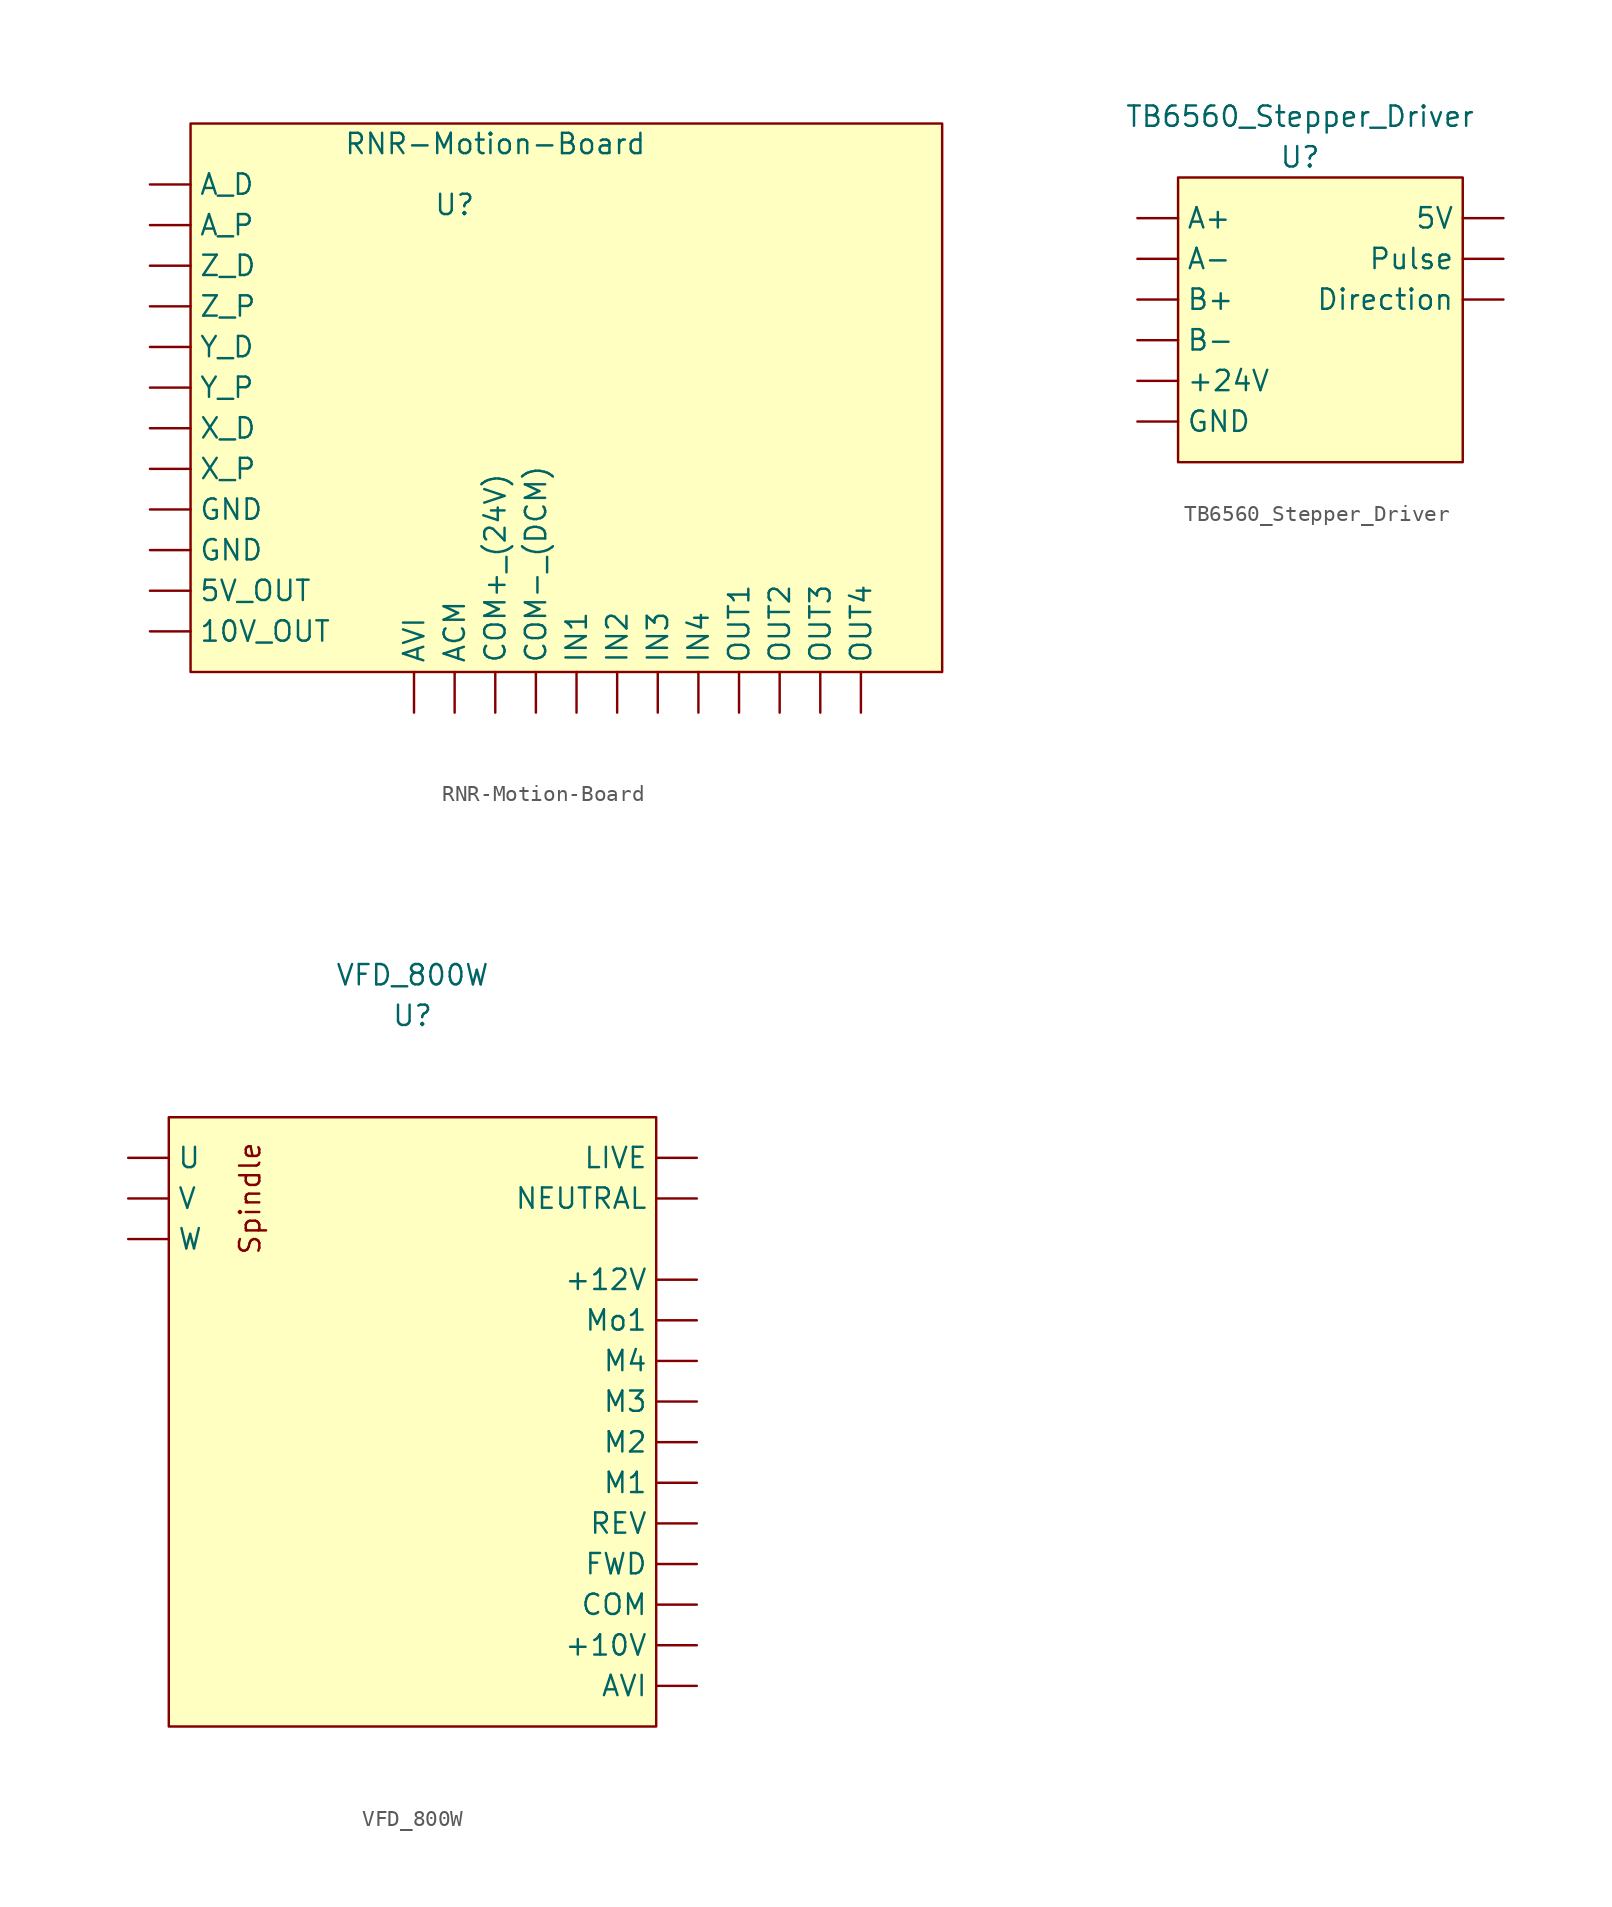
<source format=kicad_sym>
(kicad_symbol_lib
  (version 20211014)
  (generator kicad_symbol_editor)
  (symbol "RNR-Motion-Board"
    (property "Reference" "U"
      (at 6.35 -2.54 0)
      (effects (font (size 1.27 1.27))))
    (property "Value" "RNR-Motion-Board"
      (at 8.89 1.27 0)
      (effects (font (size 1.27 1.27))))
    (symbol "RNR-Motion-Board_0_1"
      (rectangle (start -10.16 2.54) (end 36.83 -31.75) (stroke (width 0) (type default) (color 0 0 0 0)) (fill (type background))))
    (symbol "RNR-Motion-Board_1_1"
      (pin power_out line (at -12.7 -29.21 0) (length 2.54) (name "10V_OUT" (effects (font (size 1.27 1.27)))) (number "" (effects (font (size 1.27 1.27)))))
      (pin power_out line (at -12.7 -26.67 0) (length 2.54) (name "5V_OUT" (effects (font (size 1.27 1.27)))) (number "" (effects (font (size 1.27 1.27)))))
      (pin input line (at -12.7 -1.27 0) (length 2.54) (name "A_D" (effects (font (size 1.27 1.27)))) (number "" (effects (font (size 1.27 1.27)))))
      (pin input line (at -12.7 -3.81 0) (length 2.54) (name "A_P" (effects (font (size 1.27 1.27)))) (number "" (effects (font (size 1.27 1.27)))))
      (pin input line (at 6.35 -34.29 90) (length 2.54) (name "ACM" (effects (font (size 1.27 1.27)))) (number "" (effects (font (size 1.27 1.27)))))
      (pin input line (at 3.81 -34.29 90) (length 2.54) (name "AVI" (effects (font (size 1.27 1.27)))) (number "" (effects (font (size 1.27 1.27)))))
      (pin power_in line (at 8.89 -34.29 90) (length 2.54) (name "COM+_(24V)" (effects (font (size 1.27 1.27)))) (number "" (effects (font (size 1.27 1.27)))))
      (pin input line (at 11.43 -34.29 90) (length 2.54) (name "COM-_(DCM)" (effects (font (size 1.27 1.27)))) (number "" (effects (font (size 1.27 1.27)))))
      (pin power_in line (at -12.7 -24.13 0) (length 2.54) (name "GND" (effects (font (size 1.27 1.27)))) (number "" (effects (font (size 1.27 1.27)))))
      (pin power_in line (at -12.7 -21.59 0) (length 2.54) (name "GND" (effects (font (size 1.27 1.27)))) (number "" (effects (font (size 1.27 1.27)))))
      (pin input line (at 13.97 -34.29 90) (length 2.54) (name "IN1" (effects (font (size 1.27 1.27)))) (number "" (effects (font (size 1.27 1.27)))))
      (pin input line (at 16.51 -34.29 90) (length 2.54) (name "IN2" (effects (font (size 1.27 1.27)))) (number "" (effects (font (size 1.27 1.27)))))
      (pin input line (at 19.05 -34.29 90) (length 2.54) (name "IN3" (effects (font (size 1.27 1.27)))) (number "" (effects (font (size 1.27 1.27)))))
      (pin input line (at 21.59 -34.29 90) (length 2.54) (name "IN4" (effects (font (size 1.27 1.27)))) (number "" (effects (font (size 1.27 1.27)))))
      (pin input line (at 24.13 -34.29 90) (length 2.54) (name "OUT1" (effects (font (size 1.27 1.27)))) (number "" (effects (font (size 1.27 1.27)))))
      (pin input line (at 26.67 -34.29 90) (length 2.54) (name "OUT2" (effects (font (size 1.27 1.27)))) (number "" (effects (font (size 1.27 1.27)))))
      (pin input line (at 29.21 -34.29 90) (length 2.54) (name "OUT3" (effects (font (size 1.27 1.27)))) (number "" (effects (font (size 1.27 1.27)))))
      (pin input line (at 31.75 -34.29 90) (length 2.54) (name "OUT4" (effects (font (size 1.27 1.27)))) (number "" (effects (font (size 1.27 1.27)))))
      (pin input line (at -12.7 -16.51 0) (length 2.54) (name "X_D" (effects (font (size 1.27 1.27)))) (number "" (effects (font (size 1.27 1.27)))))
      (pin input line (at -12.7 -19.05 0) (length 2.54) (name "X_P" (effects (font (size 1.27 1.27)))) (number "" (effects (font (size 1.27 1.27)))))
      (pin input line (at -12.7 -11.43 0) (length 2.54) (name "Y_D" (effects (font (size 1.27 1.27)))) (number "" (effects (font (size 1.27 1.27)))))
      (pin input line (at -12.7 -13.97 0) (length 2.54) (name "Y_P" (effects (font (size 1.27 1.27)))) (number "" (effects (font (size 1.27 1.27)))))
      (pin input line (at -12.7 -6.35 0) (length 2.54) (name "Z_D" (effects (font (size 1.27 1.27)))) (number "" (effects (font (size 1.27 1.27)))))
      (pin input line (at -12.7 -8.89 0) (length 2.54) (name "Z_P" (effects (font (size 1.27 1.27)))) (number "" (effects (font (size 1.27 1.27)))))))
  (symbol "TB6560_Stepper_Driver"
    (property "Reference" "U"
      (at 0 1.27 0)
      (effects (font (size 1.27 1.27))))
    (property "Value" "TB6560_Stepper_Driver"
      (at 0 3.81 0)
      (effects (font (size 1.27 1.27))))
    (symbol "TB6560_Stepper_Driver_0_1"
      (rectangle (start -7.62 0) (end 10.16 -17.78) (stroke (width 0) (type default) (color 0 0 0 0)) (fill (type background))))
    (symbol "TB6560_Stepper_Driver_1_1"
      (pin power_in line (at -10.16 -12.7 0) (length 2.54) (name "+24V" (effects (font (size 1.27 1.27)))) (number "" (effects (font (size 1.27 1.27)))))
      (pin power_in line (at 12.7 -2.54 180) (length 2.54) (name "5V" (effects (font (size 1.27 1.27)))) (number "" (effects (font (size 1.27 1.27)))))
      (pin output line (at -10.16 -2.54 0) (length 2.54) (name "A+" (effects (font (size 1.27 1.27)))) (number "" (effects (font (size 1.27 1.27)))))
      (pin output line (at -10.16 -5.08 0) (length 2.54) (name "A-" (effects (font (size 1.27 1.27)))) (number "" (effects (font (size 1.27 1.27)))))
      (pin output line (at -10.16 -7.62 0) (length 2.54) (name "B+" (effects (font (size 1.27 1.27)))) (number "" (effects (font (size 1.27 1.27)))))
      (pin output line (at -10.16 -10.16 0) (length 2.54) (name "B-" (effects (font (size 1.27 1.27)))) (number "" (effects (font (size 1.27 1.27)))))
      (pin input line (at 12.7 -7.62 180) (length 2.54) (name "Direction" (effects (font (size 1.27 1.27)))) (number "" (effects (font (size 1.27 1.27)))))
      (pin power_in line (at -10.16 -15.24 0) (length 2.54) (name "GND" (effects (font (size 1.27 1.27)))) (number "" (effects (font (size 1.27 1.27)))))
      (pin input line (at 12.7 -5.08 180) (length 2.54) (name "Pulse" (effects (font (size 1.27 1.27)))) (number "" (effects (font (size 1.27 1.27)))))))
  (symbol "VFD_800W"
    (property "Reference" "U"
      (at 0 6.35 0)
      (effects (font (size 1.27 1.27))))
    (property "Value" "VFD_800W"
      (at 0 8.89 0)
      (effects (font (size 1.27 1.27))))
    (symbol "VFD_800W_0_0"
      (rectangle (start -15.24 0) (end 15.24 -38.1) (stroke (width 0) (type default) (color 0 0 0 0)) (fill (type background)))
      (text "Spindle" (at -10.16 -5.08 900) (effects (font (size 1.27 1.27)))))
    (symbol "VFD_800W_1_1"
      (pin power_out line (at 17.78 -33.02 180) (length 2.54) (name "+10V" (effects (font (size 1.27 1.27)))) (number "" (effects (font (size 1.27 1.27)))))
      (pin input line (at 17.78 -10.16 180) (length 2.54) (name "+12V" (effects (font (size 1.27 1.27)))) (number "" (effects (font (size 1.27 1.27)))))
      (pin input line (at 17.78 -35.56 180) (length 2.54) (name "AVI" (effects (font (size 1.27 1.27)))) (number "" (effects (font (size 1.27 1.27)))))
      (pin input line (at 17.78 -30.48 180) (length 2.54) (name "COM" (effects (font (size 1.27 1.27)))) (number "" (effects (font (size 1.27 1.27)))))
      (pin input line (at 17.78 -27.94 180) (length 2.54) (name "FWD" (effects (font (size 1.27 1.27)))) (number "" (effects (font (size 1.27 1.27)))))
      (pin power_in line (at 17.78 -2.54 180) (length 2.54) (name "LIVE" (effects (font (size 1.27 1.27)))) (number "" (effects (font (size 1.27 1.27)))))
      (pin input line (at 17.78 -22.86 180) (length 2.54) (name "M1" (effects (font (size 1.27 1.27)))) (number "" (effects (font (size 1.27 1.27)))))
      (pin input line (at 17.78 -20.32 180) (length 2.54) (name "M2" (effects (font (size 1.27 1.27)))) (number "" (effects (font (size 1.27 1.27)))))
      (pin input line (at 17.78 -17.78 180) (length 2.54) (name "M3" (effects (font (size 1.27 1.27)))) (number "" (effects (font (size 1.27 1.27)))))
      (pin input line (at 17.78 -15.24 180) (length 2.54) (name "M4" (effects (font (size 1.27 1.27)))) (number "" (effects (font (size 1.27 1.27)))))
      (pin input line (at 17.78 -12.7 180) (length 2.54) (name "Mo1" (effects (font (size 1.27 1.27)))) (number "" (effects (font (size 1.27 1.27)))))
      (pin power_in line (at 17.78 -5.08 180) (length 2.54) (name "NEUTRAL" (effects (font (size 1.27 1.27)))) (number "" (effects (font (size 1.27 1.27)))))
      (pin input line (at 17.78 -25.4 180) (length 2.54) (name "REV" (effects (font (size 1.27 1.27)))) (number "" (effects (font (size 1.27 1.27)))))
      (pin output line (at -17.78 -2.54 0) (length 2.54) (name "U" (effects (font (size 1.27 1.27)))) (number "" (effects (font (size 1.27 1.27)))))
      (pin output line (at -17.78 -5.08 0) (length 2.54) (name "V" (effects (font (size 1.27 1.27)))) (number "" (effects (font (size 1.27 1.27)))))
      (pin output line (at -17.78 -7.62 0) (length 2.54) (name "W" (effects (font (size 1.27 1.27)))) (number "" (effects (font (size 1.27 1.27))))))))
</source>
